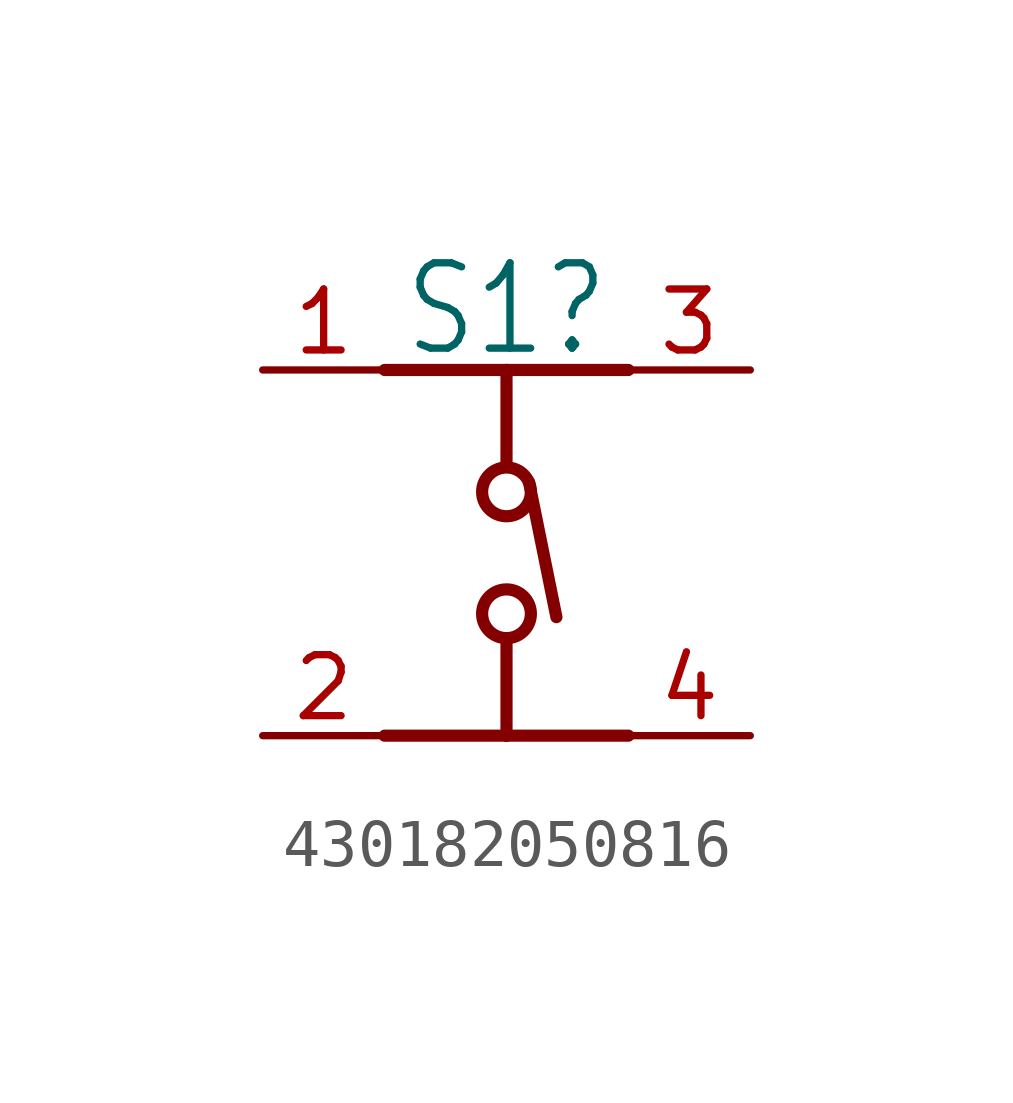
<source format=kicad_sym>
(kicad_symbol_lib
  (version 20231120)
  (generator "kicad_symbol_editor")
  (generator_version "8.0")
  (symbol "430182050816"
    (property "Reference" "S1"
      (at 0 6.35 0)
      (effects (font (size 1.778 1.511))))
    (symbol "430182050816_1_0"
      (polyline (pts (xy 0 -2.54) (xy -2.54 -2.54)) (stroke (width 0.254) (type solid)) (fill (type none)))
      (polyline (pts (xy 0 -2.54) (xy 0 -0.635)) (stroke (width 0.254) (type solid)) (fill (type none)))
      (polyline (pts (xy 0 3.175) (xy 0 5.08)) (stroke (width 0.254) (type solid)) (fill (type none)))
      (polyline (pts (xy 0 5.08) (xy -2.54 5.08)) (stroke (width 0.254) (type solid)) (fill (type none)))
      (polyline (pts (xy 0.47 2.74) (xy 1.04 -0.07)) (stroke (width 0.254) (type solid)) (fill (type none)))
      (polyline (pts (xy 2.54 -2.54) (xy 0 -2.54)) (stroke (width 0.254) (type solid)) (fill (type none)))
      (polyline (pts (xy 2.54 5.08) (xy 0 5.08)) (stroke (width 0.254) (type solid)) (fill (type none)))
      (circle (center 0 0) (radius 0.508) (stroke (width 0.254) (type solid)) (fill (type none)))
      (circle (center 0 2.54) (radius 0.508) (stroke (width 0.254) (type solid)) (fill (type none)))
      (pin passive line (at -5.08 5.08 0) (length 2.54) (name "1" (effects (font (size 0 0)))) (number "1" (effects (font (size 1.27 1.27)))))
      (pin passive line (at -5.08 -2.54 0) (length 2.54) (name "2" (effects (font (size 0 0)))) (number "2" (effects (font (size 1.27 1.27)))))
      (pin passive line (at 5.08 5.08 180) (length 2.54) (name "3" (effects (font (size 0 0)))) (number "3" (effects (font (size 1.27 1.27)))))
      (pin passive line (at 5.08 -2.54 180) (length 2.54) (name "4" (effects (font (size 0 0)))) (number "4" (effects (font (size 1.27 1.27))))))))
</source>
